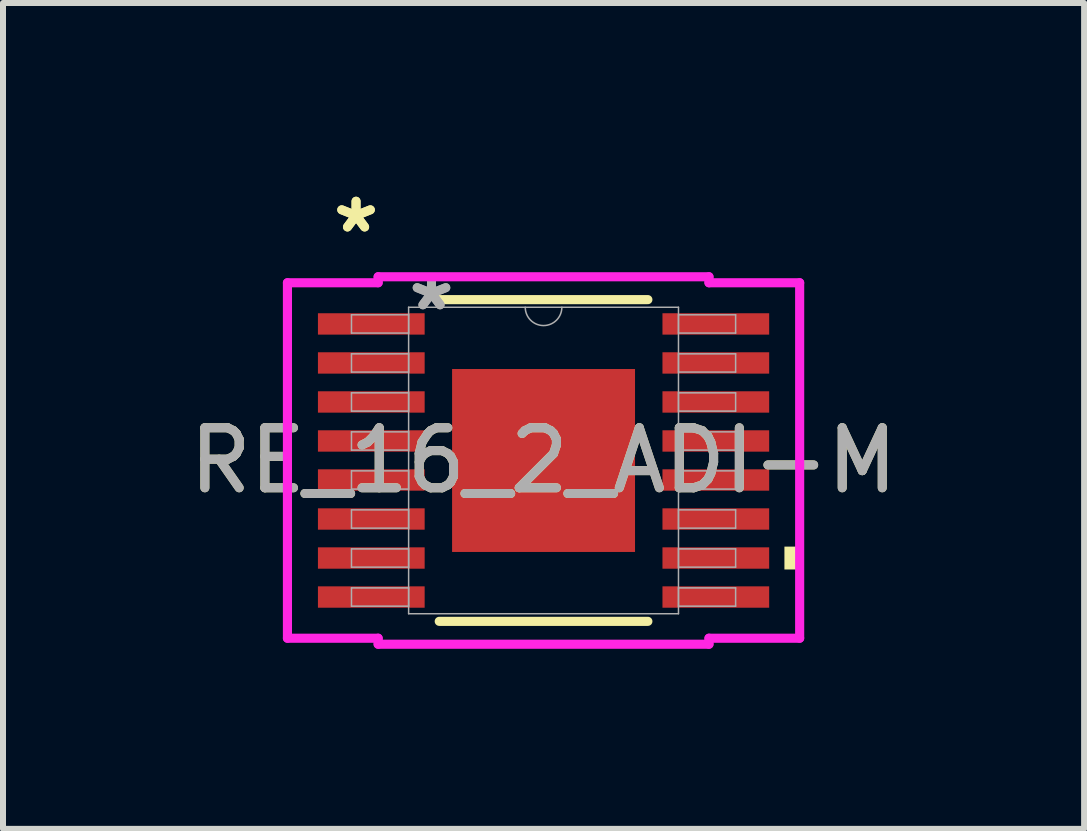
<source format=kicad_pcb>
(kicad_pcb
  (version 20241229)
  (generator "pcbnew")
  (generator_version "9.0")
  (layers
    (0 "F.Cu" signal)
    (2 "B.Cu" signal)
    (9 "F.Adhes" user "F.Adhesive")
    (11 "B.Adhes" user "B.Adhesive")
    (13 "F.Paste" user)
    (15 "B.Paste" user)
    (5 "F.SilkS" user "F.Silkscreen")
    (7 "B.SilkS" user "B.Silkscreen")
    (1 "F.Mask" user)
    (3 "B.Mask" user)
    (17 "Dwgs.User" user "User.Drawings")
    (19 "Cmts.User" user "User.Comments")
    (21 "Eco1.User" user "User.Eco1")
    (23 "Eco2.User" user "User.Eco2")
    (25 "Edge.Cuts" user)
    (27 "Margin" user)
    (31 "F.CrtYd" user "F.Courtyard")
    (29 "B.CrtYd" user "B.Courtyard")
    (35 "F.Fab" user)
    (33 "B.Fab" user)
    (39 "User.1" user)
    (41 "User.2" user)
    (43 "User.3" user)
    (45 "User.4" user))
  (footprint "RE_16_2_ADI-M"
    (layer "F.Cu")
    (at 6.006 4.622)
    (property "Reference" "RE_16_2_ADI-M" (at 0 0 0) (unlocked yes) (layer "F.SilkS") (effects (font (size 1 1) (thickness 0.15))))
    (attr smd)
    (fp_line (start -1.738 2.68) (end 1.738 2.68) (stroke (width 0.152) (type solid)) (layer "F.SilkS"))
    (fp_line (start 1.738 -2.68) (end -1.738 -2.68) (stroke (width 0.152) (type solid)) (layer "F.SilkS"))
    (fp_poly (pts (xy 4.267 1.435) (xy 4.267 1.816) (xy 4.013 1.816) (xy 4.013 1.435)) (stroke (width 0) (type solid)) (fill yes) (layer "F.SilkS"))
    (fp_poly (pts (xy -1.424 -1.424) (xy -1.424 -0.1) (xy -0.1 -0.1) (xy -0.1 -1.424)) (stroke (width 0) (type solid)) (fill yes) (layer "F.Paste"))
    (fp_poly (pts (xy -1.424 0.1) (xy -1.424 1.424) (xy -0.1 1.424) (xy -0.1 0.1)) (stroke (width 0) (type solid)) (fill yes) (layer "F.Paste"))
    (fp_poly (pts (xy 0.1 -1.424) (xy 0.1 -0.1) (xy 1.424 -0.1) (xy 1.424 -1.424)) (stroke (width 0) (type solid)) (fill yes) (layer "F.Paste"))
    (fp_poly (pts (xy 0.1 0.1) (xy 0.1 1.424) (xy 1.424 1.424) (xy 1.424 0.1)) (stroke (width 0) (type solid)) (fill yes) (layer "F.Paste"))
    (fp_line (start -4.267 -2.961) (end -2.756 -2.961) (stroke (width 0.152) (type solid)) (layer "F.CrtYd"))
    (fp_line (start -4.267 2.961) (end -4.267 -2.961) (stroke (width 0.152) (type solid)) (layer "F.CrtYd"))
    (fp_line (start -4.267 2.961) (end -2.756 2.961) (stroke (width 0.152) (type solid)) (layer "F.CrtYd"))
    (fp_line (start -2.756 -3.061) (end 2.756 -3.061) (stroke (width 0.152) (type solid)) (layer "F.CrtYd"))
    (fp_line (start -2.756 -2.961) (end -2.756 -3.061) (stroke (width 0.152) (type solid)) (layer "F.CrtYd"))
    (fp_line (start -2.756 3.061) (end -2.756 2.961) (stroke (width 0.152) (type solid)) (layer "F.CrtYd"))
    (fp_line (start 2.756 -3.061) (end 2.756 -2.961) (stroke (width 0.152) (type solid)) (layer "F.CrtYd"))
    (fp_line (start 2.756 2.961) (end 2.756 3.061) (stroke (width 0.152) (type solid)) (layer "F.CrtYd"))
    (fp_line (start 2.756 3.061) (end -2.756 3.061) (stroke (width 0.152) (type solid)) (layer "F.CrtYd"))
    (fp_line (start 4.267 -2.961) (end 2.756 -2.961) (stroke (width 0.152) (type solid)) (layer "F.CrtYd"))
    (fp_line (start 4.267 -2.961) (end 4.267 2.961) (stroke (width 0.152) (type solid)) (layer "F.CrtYd"))
    (fp_line (start 4.267 2.961) (end 2.756 2.961) (stroke (width 0.152) (type solid)) (layer "F.CrtYd"))
    (fp_line (start -3.2 -2.427) (end -3.2 -2.123) (stroke (width 0.025) (type solid)) (layer "F.Fab"))
    (fp_line (start -3.2 -2.123) (end -2.248 -2.123) (stroke (width 0.025) (type solid)) (layer "F.Fab"))
    (fp_line (start -3.2 -1.777) (end -3.2 -1.473) (stroke (width 0.025) (type solid)) (layer "F.Fab"))
    (fp_line (start -3.2 -1.473) (end -2.248 -1.473) (stroke (width 0.025) (type solid)) (layer "F.Fab"))
    (fp_line (start -3.2 -1.127) (end -3.2 -0.823) (stroke (width 0.025) (type solid)) (layer "F.Fab"))
    (fp_line (start -3.2 -0.823) (end -2.248 -0.823) (stroke (width 0.025) (type solid)) (layer "F.Fab"))
    (fp_line (start -3.2 -0.477) (end -3.2 -0.173) (stroke (width 0.025) (type solid)) (layer "F.Fab"))
    (fp_line (start -3.2 -0.173) (end -2.248 -0.173) (stroke (width 0.025) (type solid)) (layer "F.Fab"))
    (fp_line (start -3.2 0.173) (end -3.2 0.477) (stroke (width 0.025) (type solid)) (layer "F.Fab"))
    (fp_line (start -3.2 0.477) (end -2.248 0.477) (stroke (width 0.025) (type solid)) (layer "F.Fab"))
    (fp_line (start -3.2 0.823) (end -3.2 1.127) (stroke (width 0.025) (type solid)) (layer "F.Fab"))
    (fp_line (start -3.2 1.127) (end -2.248 1.127) (stroke (width 0.025) (type solid)) (layer "F.Fab"))
    (fp_line (start -3.2 1.473) (end -3.2 1.777) (stroke (width 0.025) (type solid)) (layer "F.Fab"))
    (fp_line (start -3.2 1.777) (end -2.248 1.777) (stroke (width 0.025) (type solid)) (layer "F.Fab"))
    (fp_line (start -3.2 2.123) (end -3.2 2.427) (stroke (width 0.025) (type solid)) (layer "F.Fab"))
    (fp_line (start -3.2 2.427) (end -2.248 2.427) (stroke (width 0.025) (type solid)) (layer "F.Fab"))
    (fp_line (start -2.248 -2.553) (end -2.248 2.553) (stroke (width 0.025) (type solid)) (layer "F.Fab"))
    (fp_line (start -2.248 -2.427) (end -3.2 -2.427) (stroke (width 0.025) (type solid)) (layer "F.Fab"))
    (fp_line (start -2.248 -2.123) (end -2.248 -2.427) (stroke (width 0.025) (type solid)) (layer "F.Fab"))
    (fp_line (start -2.248 -1.777) (end -3.2 -1.777) (stroke (width 0.025) (type solid)) (layer "F.Fab"))
    (fp_line (start -2.248 -1.473) (end -2.248 -1.777) (stroke (width 0.025) (type solid)) (layer "F.Fab"))
    (fp_line (start -2.248 -1.127) (end -3.2 -1.127) (stroke (width 0.025) (type solid)) (layer "F.Fab"))
    (fp_line (start -2.248 -0.823) (end -2.248 -1.127) (stroke (width 0.025) (type solid)) (layer "F.Fab"))
    (fp_line (start -2.248 -0.477) (end -3.2 -0.477) (stroke (width 0.025) (type solid)) (layer "F.Fab"))
    (fp_line (start -2.248 -0.173) (end -2.248 -0.477) (stroke (width 0.025) (type solid)) (layer "F.Fab"))
    (fp_line (start -2.248 0.173) (end -3.2 0.173) (stroke (width 0.025) (type solid)) (layer "F.Fab"))
    (fp_line (start -2.248 0.477) (end -2.248 0.173) (stroke (width 0.025) (type solid)) (layer "F.Fab"))
    (fp_line (start -2.248 0.823) (end -3.2 0.823) (stroke (width 0.025) (type solid)) (layer "F.Fab"))
    (fp_line (start -2.248 1.127) (end -2.248 0.823) (stroke (width 0.025) (type solid)) (layer "F.Fab"))
    (fp_line (start -2.248 1.473) (end -3.2 1.473) (stroke (width 0.025) (type solid)) (layer "F.Fab"))
    (fp_line (start -2.248 1.777) (end -2.248 1.473) (stroke (width 0.025) (type solid)) (layer "F.Fab"))
    (fp_line (start -2.248 2.123) (end -3.2 2.123) (stroke (width 0.025) (type solid)) (layer "F.Fab"))
    (fp_line (start -2.248 2.427) (end -2.248 2.123) (stroke (width 0.025) (type solid)) (layer "F.Fab"))
    (fp_line (start -2.248 2.553) (end 2.248 2.553) (stroke (width 0.025) (type solid)) (layer "F.Fab"))
    (fp_line (start 2.248 -2.553) (end -2.248 -2.553) (stroke (width 0.025) (type solid)) (layer "F.Fab"))
    (fp_line (start 2.248 -2.427) (end 2.248 -2.123) (stroke (width 0.025) (type solid)) (layer "F.Fab"))
    (fp_line (start 2.248 -2.123) (end 3.2 -2.123) (stroke (width 0.025) (type solid)) (layer "F.Fab"))
    (fp_line (start 2.248 -1.777) (end 2.248 -1.473) (stroke (width 0.025) (type solid)) (layer "F.Fab"))
    (fp_line (start 2.248 -1.473) (end 3.2 -1.473) (stroke (width 0.025) (type solid)) (layer "F.Fab"))
    (fp_line (start 2.248 -1.127) (end 2.248 -0.823) (stroke (width 0.025) (type solid)) (layer "F.Fab"))
    (fp_line (start 2.248 -0.823) (end 3.2 -0.823) (stroke (width 0.025) (type solid)) (layer "F.Fab"))
    (fp_line (start 2.248 -0.477) (end 2.248 -0.173) (stroke (width 0.025) (type solid)) (layer "F.Fab"))
    (fp_line (start 2.248 -0.173) (end 3.2 -0.173) (stroke (width 0.025) (type solid)) (layer "F.Fab"))
    (fp_line (start 2.248 0.173) (end 2.248 0.477) (stroke (width 0.025) (type solid)) (layer "F.Fab"))
    (fp_line (start 2.248 0.477) (end 3.2 0.477) (stroke (width 0.025) (type solid)) (layer "F.Fab"))
    (fp_line (start 2.248 0.823) (end 2.248 1.127) (stroke (width 0.025) (type solid)) (layer "F.Fab"))
    (fp_line (start 2.248 1.127) (end 3.2 1.127) (stroke (width 0.025) (type solid)) (layer "F.Fab"))
    (fp_line (start 2.248 1.473) (end 2.248 1.777) (stroke (width 0.025) (type solid)) (layer "F.Fab"))
    (fp_line (start 2.248 1.777) (end 3.2 1.777) (stroke (width 0.025) (type solid)) (layer "F.Fab"))
    (fp_line (start 2.248 2.123) (end 2.248 2.427) (stroke (width 0.025) (type solid)) (layer "F.Fab"))
    (fp_line (start 2.248 2.427) (end 3.2 2.427) (stroke (width 0.025) (type solid)) (layer "F.Fab"))
    (fp_line (start 2.248 2.553) (end 2.248 -2.553) (stroke (width 0.025) (type solid)) (layer "F.Fab"))
    (fp_line (start 3.2 -2.427) (end 2.248 -2.427) (stroke (width 0.025) (type solid)) (layer "F.Fab"))
    (fp_line (start 3.2 -2.123) (end 3.2 -2.427) (stroke (width 0.025) (type solid)) (layer "F.Fab"))
    (fp_line (start 3.2 -1.777) (end 2.248 -1.777) (stroke (width 0.025) (type solid)) (layer "F.Fab"))
    (fp_line (start 3.2 -1.473) (end 3.2 -1.777) (stroke (width 0.025) (type solid)) (layer "F.Fab"))
    (fp_line (start 3.2 -1.127) (end 2.248 -1.127) (stroke (width 0.025) (type solid)) (layer "F.Fab"))
    (fp_line (start 3.2 -0.823) (end 3.2 -1.127) (stroke (width 0.025) (type solid)) (layer "F.Fab"))
    (fp_line (start 3.2 -0.477) (end 2.248 -0.477) (stroke (width 0.025) (type solid)) (layer "F.Fab"))
    (fp_line (start 3.2 -0.173) (end 3.2 -0.477) (stroke (width 0.025) (type solid)) (layer "F.Fab"))
    (fp_line (start 3.2 0.173) (end 2.248 0.173) (stroke (width 0.025) (type solid)) (layer "F.Fab"))
    (fp_line (start 3.2 0.477) (end 3.2 0.173) (stroke (width 0.025) (type solid)) (layer "F.Fab"))
    (fp_line (start 3.2 0.823) (end 2.248 0.823) (stroke (width 0.025) (type solid)) (layer "F.Fab"))
    (fp_line (start 3.2 1.127) (end 3.2 0.823) (stroke (width 0.025) (type solid)) (layer "F.Fab"))
    (fp_line (start 3.2 1.473) (end 2.248 1.473) (stroke (width 0.025) (type solid)) (layer "F.Fab"))
    (fp_line (start 3.2 1.777) (end 3.2 1.473) (stroke (width 0.025) (type solid)) (layer "F.Fab"))
    (fp_line (start 3.2 2.123) (end 2.248 2.123) (stroke (width 0.025) (type solid)) (layer "F.Fab"))
    (fp_line (start 3.2 2.427) (end 3.2 2.123) (stroke (width 0.025) (type solid)) (layer "F.Fab"))
    (fp_arc (start 0.3048 -2.5527) (mid 0 -2.2479) (end -0.3048 -2.5527) (stroke (width 0.0254) (type solid)) (layer "F.Fab"))
    (fp_text user "*" (at -3.124 -3.774 0) (layer "F.SilkS") (effects (font (size 1 1) (thickness 0.15))))
    (fp_text user "*" (at -3.124 -3.774 0) (unlocked yes) (layer "F.SilkS") (effects (font (size 1 1) (thickness 0.15))))
    (fp_text user "*" (at -1.867 -2.477 0) (layer "F.Fab") (effects (font (size 1 1) (thickness 0.15))))
    (fp_text user "${REFERENCE}" (at 0 0 0) (unlocked yes) (layer "F.Fab") (effects (font (size 1 1) (thickness 0.15))))
    (fp_text user "*" (at -1.867 -2.477 0) (unlocked yes) (layer "F.Fab") (effects (font (size 1 1) (thickness 0.15))))
    (pad "1" smd rect (at -2.87 -2.275) (size 1.778 0.356) (layers "F.Cu" "F.Mask" "F.Paste"))
    (pad "2" smd rect (at -2.87 -1.625) (size 1.778 0.356) (layers "F.Cu" "F.Mask" "F.Paste"))
    (pad "3" smd rect (at -2.87 -0.975) (size 1.778 0.356) (layers "F.Cu" "F.Mask" "F.Paste"))
    (pad "4" smd rect (at -2.87 -0.325) (size 1.778 0.356) (layers "F.Cu" "F.Mask" "F.Paste"))
    (pad "5" smd rect (at -2.87 0.325) (size 1.778 0.356) (layers "F.Cu" "F.Mask" "F.Paste"))
    (pad "6" smd rect (at -2.87 0.975) (size 1.778 0.356) (layers "F.Cu" "F.Mask" "F.Paste"))
    (pad "7" smd rect (at -2.87 1.625) (size 1.778 0.356) (layers "F.Cu" "F.Mask" "F.Paste"))
    (pad "8" smd rect (at -2.87 2.275) (size 1.778 0.356) (layers "F.Cu" "F.Mask" "F.Paste"))
    (pad "9" smd rect (at 2.87 2.275) (size 1.778 0.356) (layers "F.Cu" "F.Mask" "F.Paste"))
    (pad "10" smd rect (at 2.87 1.625) (size 1.778 0.356) (layers "F.Cu" "F.Mask" "F.Paste"))
    (pad "11" smd rect (at 2.87 0.975) (size 1.778 0.356) (layers "F.Cu" "F.Mask" "F.Paste"))
    (pad "12" smd rect (at 2.87 0.325) (size 1.778 0.356) (layers "F.Cu" "F.Mask" "F.Paste"))
    (pad "13" smd rect (at 2.87 -0.325) (size 1.778 0.356) (layers "F.Cu" "F.Mask" "F.Paste"))
    (pad "14" smd rect (at 2.87 -0.975) (size 1.778 0.356) (layers "F.Cu" "F.Mask" "F.Paste"))
    (pad "15" smd rect (at 2.87 -1.625) (size 1.778 0.356) (layers "F.Cu" "F.Mask" "F.Paste"))
    (pad "16" smd rect (at 2.87 -2.275) (size 1.778 0.356) (layers "F.Cu" "F.Mask" "F.Paste"))
    (pad "EPAD" smd rect (at 0 0) (size 3.048 3.048) (layers "F.Cu" "F.Mask")))
  (gr_rect
    (start -3 -3)
    (end 15.012 10.759)
    (stroke (width 0.1) (type default))
    (fill no)
    (layer "Edge.Cuts")))
</source>
